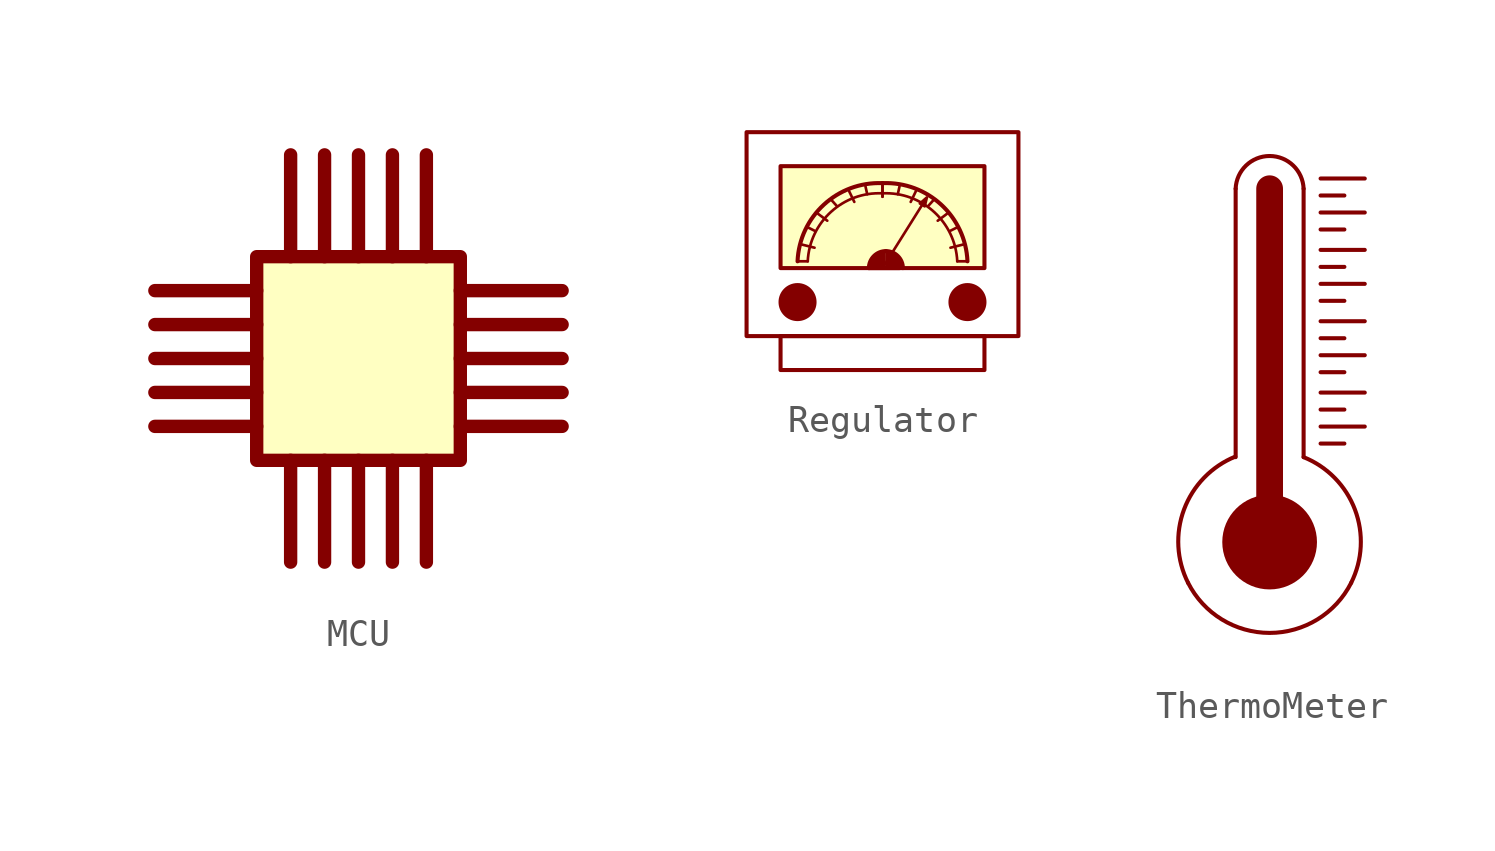
<source format=kicad_sym>
(kicad_symbol_lib
  (version 20210619)
  (generator kicad_symbol_editor)
  (symbol "Graphics:MCU"
    (property "Reference" "MCU"
      (at 12.7 6.35 0)
      (effects (font (size 1.27 1.27)) hide))
    (symbol "MCU_0_1"
      (rectangle (start -3.81 3.81) (end 3.81 -3.81) (stroke (width 0.5)) (fill (type background)))
      (polyline (pts (xy -3.81 -2.54) (xy -7.62 -2.54)) (stroke (width 0.5)) (fill (type none)))
      (polyline (pts (xy -3.81 -1.27) (xy -7.62 -1.27)) (stroke (width 0.5)) (fill (type none)))
      (polyline (pts (xy -3.81 0) (xy -7.62 0)) (stroke (width 0.5)) (fill (type none)))
      (polyline (pts (xy -3.81 1.27) (xy -7.62 1.27)) (stroke (width 0.5)) (fill (type none)))
      (polyline (pts (xy -3.81 2.54) (xy -7.62 2.54)) (stroke (width 0.5)) (fill (type none)))
      (polyline (pts (xy -2.54 -7.62) (xy -2.54 -3.81)) (stroke (width 0.5)) (fill (type none)))
      (polyline (pts (xy -2.54 3.81) (xy -2.54 7.62)) (stroke (width 0.5)) (fill (type none)))
      (polyline (pts (xy -1.27 -7.62) (xy -1.27 -3.81)) (stroke (width 0.5)) (fill (type none)))
      (polyline (pts (xy -1.27 3.81) (xy -1.27 7.62)) (stroke (width 0.5)) (fill (type none)))
      (polyline (pts (xy 0 -7.62) (xy 0 -3.81)) (stroke (width 0.5)) (fill (type none)))
      (polyline (pts (xy 0 3.81) (xy 0 7.62)) (stroke (width 0.5)) (fill (type none)))
      (polyline (pts (xy 1.27 -7.62) (xy 1.27 -3.81)) (stroke (width 0.5)) (fill (type none)))
      (polyline (pts (xy 1.27 3.81) (xy 1.27 7.62)) (stroke (width 0.5)) (fill (type none)))
      (polyline (pts (xy 2.54 -7.62) (xy 2.54 -3.81)) (stroke (width 0.5)) (fill (type none)))
      (polyline (pts (xy 2.54 3.81) (xy 2.54 7.62)) (stroke (width 0.5)) (fill (type none)))
      (polyline (pts (xy 7.62 -2.54) (xy 3.81 -2.54)) (stroke (width 0.5)) (fill (type none)))
      (polyline (pts (xy 7.62 -1.27) (xy 3.81 -1.27)) (stroke (width 0.5)) (fill (type none)))
      (polyline (pts (xy 7.62 0) (xy 3.81 0)) (stroke (width 0.5)) (fill (type none)))
      (polyline (pts (xy 7.62 1.27) (xy 3.81 1.27)) (stroke (width 0.5)) (fill (type none)))
      (polyline (pts (xy 7.62 2.54) (xy 3.81 2.54)) (stroke (width 0.5)) (fill (type none)))))
  (symbol "Graphics:Regulator"
    (property "Reference" "U"
      (at -8.255 5.715 0)
      (effects (font (size 1.27 1.27)) hide))
    (symbol "Regulator_0_1"
      (arc (start 0 0.889) (end -2.794 -1.651) (radius (at -0.127 -1.778) (length 2.67) (angles 87.3 177.3)) (stroke (width 0.1)) (fill (type none)))
      (arc (start 0 1.27) (end -3.175 -1.651) (radius (at -0.1238 -1.7815) (length 3.054) (angles 87.7 177.6)) (stroke (width 0.1524)) (fill (type none)))
      (arc (start 0 1.27) (end 3.175 -1.651) (radius (at 0.127 -1.778) (length 3.0506) (angles 92.4 2.4)) (stroke (width 0.1524)) (fill (type none)))
      (arc (start 0 0.889) (end 2.794 -1.651) (radius (at 0.127 -1.778) (length 2.67) (angles 92.7 2.7)) (stroke (width 0.1)) (fill (type none)))
      (arc (start 0.127 -1.27) (end 0.762 -1.905) (radius (at 0.127 -1.905) (length 0.635) (angles 90 0)) (stroke (width 0.1524)) (fill (type outline)))
      (arc (start 0.127 -1.27) (end -0.508 -1.905) (radius (at 0.1277 -1.9057) (length 0.6357) (angles 90.1 179.9)) (stroke (width 0.1524)) (fill (type outline)))
      (circle (center -3.175 -3.175) (radius 0.635) (stroke (width 0.152)) (fill (type outline)))
      (circle (center 3.175 -3.175) (radius 0.635) (stroke (width 0.152)) (fill (type outline)))
      (rectangle (start -5.08 3.175) (end 5.08 -4.445) (stroke (width 0.152)) (fill (type none)))
      (rectangle (start -3.81 -4.445) (end 3.81 -5.715) (stroke (width 0.152)) (fill (type none)))
      (rectangle (start -3.81 1.905) (end 3.81 -1.905) (stroke (width 0.152)) (fill (type background)))
      (polyline (pts (xy -3.175 -1.651) (xy -2.794 -1.651)) (stroke (width 0.1)) (fill (type none)))
      (polyline (pts (xy -3.048 -1.016) (xy -2.54 -1.143)) (stroke (width 0.1)) (fill (type none)))
      (polyline (pts (xy -2.794 -0.381) (xy -2.54 -0.508)) (stroke (width 0.1)) (fill (type none)))
      (polyline (pts (xy -2.413 0.127) (xy -2.064 -0.134)) (stroke (width 0.1)) (fill (type none)))
      (polyline (pts (xy -1.905 0.635) (xy -1.714 0.423)) (stroke (width 0.1)) (fill (type none)))
      (polyline (pts (xy -1.27 1.016) (xy -1.054 0.569)) (stroke (width 0.1)) (fill (type none)))
      (polyline (pts (xy -0.635 1.143) (xy -0.571 0.854)) (stroke (width 0.1)) (fill (type none)))
      (polyline (pts (xy -0.508 -1.905) (xy 0.635 -1.905)) (stroke (width 0.152)) (fill (type none)))
      (polyline (pts (xy 0 1.27) (xy 0 0.762)) (stroke (width 0.1)) (fill (type none)))
      (polyline (pts (xy 0 1.27) (xy 0 0.762)) (stroke (width 0.1)) (fill (type none)))
      (polyline (pts (xy 0.635 1.143) (xy 0.571 0.854)) (stroke (width 0.1)) (fill (type none)))
      (polyline (pts (xy 1.27 1.016) (xy 1.054 0.569)) (stroke (width 0.1)) (fill (type none)))
      (polyline (pts (xy 1.905 0.635) (xy 1.714 0.423)) (stroke (width 0.1)) (fill (type none)))
      (polyline (pts (xy 2.413 0.127) (xy 2.064 -0.134)) (stroke (width 0.1)) (fill (type none)))
      (polyline (pts (xy 2.794 -0.381) (xy 2.54 -0.508)) (stroke (width 0.1)) (fill (type none)))
      (polyline (pts (xy 3.048 -1.016) (xy 2.54 -1.143)) (stroke (width 0.1)) (fill (type none)))
      (polyline (pts (xy 3.175 -1.651) (xy 2.794 -1.651)) (stroke (width 0.1)) (fill (type none)))
      (polyline (pts (xy 0 -1.905) (xy 1.657 0.736) (xy 1.397 0.508) (xy 1.552 0.417) (xy 1.577 0.403) (xy 1.659 0.734)) (stroke (width 0.1)) (fill (type none)))))
  (symbol "Graphics:ThermoMeter"
    (property "Reference" "U"
      (at 8.89 3.048 0)
      (effects (font (size 1.27 1.27)) hide))
    (symbol "ThermoMeter_0_1"
      (arc (start 3.048 -1.524) (end 1.27 3.175) (radius (at -0.0043 0.007) (length 3.4147) (angles -26.6 68.1)) (stroke (width 0.1524)) (fill (type none)))
      (arc (start -3.048 -1.524) (end 3.048 -1.524) (radius (at 0 0.0227) (length 3.418) (angles -153.1 -26.9)) (stroke (width 0.1524)) (fill (type none)))
      (arc (start -1.27 13.208) (end 1.27 13.208) (radius (at 0 13.1602) (length 1.2709) (angles 177.8 2.2)) (stroke (width 0.1524)) (fill (type none)))
      (arc (start -1.2848 3.1939) (end -3.048 -1.524) (radius (at 0.0121 0.0207) (length 3.428) (angles 112.2 -153.2)) (stroke (width 0.1524)) (fill (type none)))
      (circle (center 0 0) (radius 1.694) (stroke (width 0.152)) (fill (type outline)))
      (polyline (pts (xy -1.27 3.175) (xy -1.27 13.208)) (stroke (width 0.152)) (fill (type none)))
      (polyline (pts (xy 0 13.208) (xy 0 -0.127)) (stroke (width 1)) (fill (type none)))
      (polyline (pts (xy 1.27 13.208) (xy 1.27 3.175)) (stroke (width 0.152)) (fill (type none)))
      (polyline (pts (xy 1.905 3.683) (xy 2.794 3.683)) (stroke (width 0.152)) (fill (type none)))
      (polyline (pts (xy 1.905 4.318) (xy 3.556 4.318)) (stroke (width 0.152)) (fill (type none)))
      (polyline (pts (xy 1.905 4.953) (xy 2.794 4.953)) (stroke (width 0.152)) (fill (type none)))
      (polyline (pts (xy 1.905 5.588) (xy 3.556 5.588)) (stroke (width 0.152)) (fill (type none)))
      (polyline (pts (xy 1.905 6.35) (xy 2.794 6.35)) (stroke (width 0.152)) (fill (type none)))
      (polyline (pts (xy 1.905 6.985) (xy 3.556 6.985)) (stroke (width 0.152)) (fill (type none)))
      (polyline (pts (xy 1.905 7.62) (xy 2.794 7.62)) (stroke (width 0.152)) (fill (type none)))
      (polyline (pts (xy 1.905 8.255) (xy 3.556 8.255)) (stroke (width 0.152)) (fill (type none)))
      (polyline (pts (xy 1.905 9.017) (xy 2.794 9.017)) (stroke (width 0.152)) (fill (type none)))
      (polyline (pts (xy 1.905 9.652) (xy 3.556 9.652)) (stroke (width 0.152)) (fill (type none)))
      (polyline (pts (xy 1.905 10.287) (xy 2.794 10.287)) (stroke (width 0.152)) (fill (type none)))
      (polyline (pts (xy 1.905 10.922) (xy 3.556 10.922)) (stroke (width 0.152)) (fill (type none)))
      (polyline (pts (xy 1.905 11.684) (xy 2.794 11.684)) (stroke (width 0.152)) (fill (type none)))
      (polyline (pts (xy 1.905 12.319) (xy 3.556 12.319)) (stroke (width 0.152)) (fill (type none)))
      (polyline (pts (xy 1.905 12.954) (xy 2.794 12.954)) (stroke (width 0.152)) (fill (type none)))
      (polyline (pts (xy 1.905 13.589) (xy 3.556 13.589)) (stroke (width 0.152)) (fill (type none))))))
</source>
